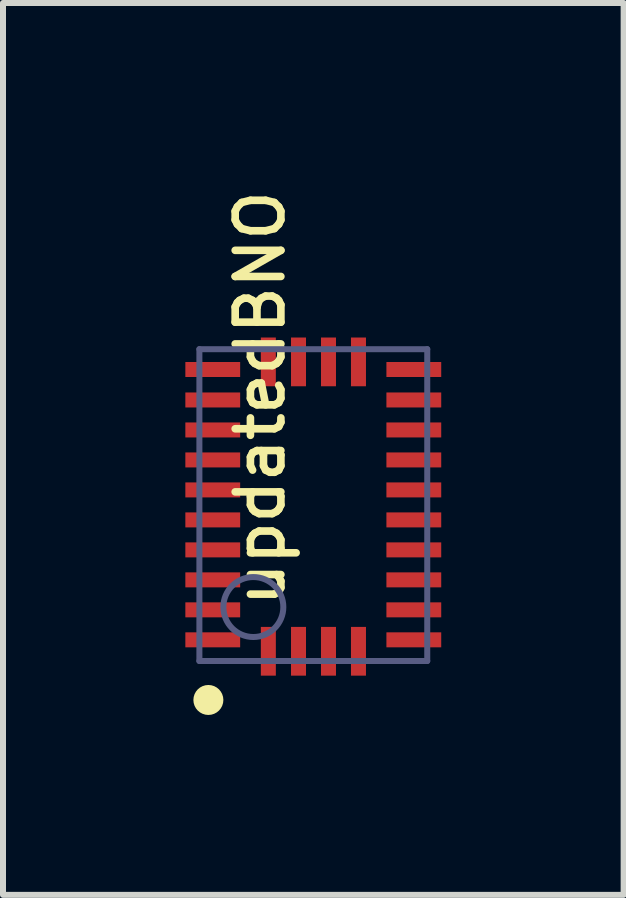
<source format=kicad_pcb>
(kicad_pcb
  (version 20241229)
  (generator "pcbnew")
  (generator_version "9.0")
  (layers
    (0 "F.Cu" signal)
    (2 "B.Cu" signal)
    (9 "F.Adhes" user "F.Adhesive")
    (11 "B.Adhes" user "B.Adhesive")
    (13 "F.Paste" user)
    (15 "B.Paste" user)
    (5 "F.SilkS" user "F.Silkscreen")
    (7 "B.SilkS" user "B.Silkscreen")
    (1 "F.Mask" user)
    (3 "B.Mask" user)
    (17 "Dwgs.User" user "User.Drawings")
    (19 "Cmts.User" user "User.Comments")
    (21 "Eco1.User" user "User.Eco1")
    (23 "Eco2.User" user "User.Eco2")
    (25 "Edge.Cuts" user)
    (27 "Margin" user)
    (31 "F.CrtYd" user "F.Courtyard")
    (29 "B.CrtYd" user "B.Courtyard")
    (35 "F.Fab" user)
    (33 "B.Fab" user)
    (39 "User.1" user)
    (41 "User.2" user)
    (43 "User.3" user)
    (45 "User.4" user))
  (footprint "updatedBNO"
    (layer "F.Cu")
    (at 0.701 6.77)
    (property "Reference" "updatedBNO" (at 1.033 0.353 90) (unlocked yes) (layer "F.SilkS") (effects (font (size 0.762 0.762) (thickness 0.127)) (justify left bottom)))
    (fp_circle (center -0.276 1.853) (end -0.276 1.728) (stroke (width 0.25) (type solid)) (fill no) (layer "F.SilkS"))
    (fp_line (start -0.676 -4.247) (end 3.624 -4.247) (stroke (width 0.05) (type solid)) (layer "Eco1.User"))
    (fp_line (start -0.676 1.453) (end -0.676 -4.247) (stroke (width 0.05) (type solid)) (layer "Eco1.User"))
    (fp_line (start -0.676 1.453) (end 3.624 1.453) (stroke (width 0.05) (type solid)) (layer "Eco1.User"))
    (fp_line (start 0.974 -1.397) (end 1.974 -1.397) (stroke (width 0.1) (type solid)) (layer "Eco1.User"))
    (fp_line (start 1.474 -0.897) (end 1.474 -1.897) (stroke (width 0.1) (type solid)) (layer "Eco1.User"))
    (fp_line (start 3.624 1.453) (end 3.624 -4.247) (stroke (width 0.05) (type solid)) (layer "Eco1.User"))
    (fp_line (start -0.426 -3.997) (end 3.374 -3.997) (stroke (width 0.1) (type solid)) (layer "B.Fab"))
    (fp_line (start -0.426 1.203) (end -0.426 -3.997) (stroke (width 0.1) (type solid)) (layer "B.Fab"))
    (fp_line (start -0.426 1.203) (end 3.374 1.203) (stroke (width 0.1) (type solid)) (layer "B.Fab"))
    (fp_line (start 3.374 1.203) (end 3.374 -3.997) (stroke (width 0.1) (type solid)) (layer "B.Fab"))
    (fp_circle (center 0.474 0.303) (end 0.474 -0.197) (stroke (width 0.1) (type solid)) (fill no) (layer "B.Fab"))
    (pad "1" smd rect (at -0.203 0.85 90) (size 0.25 0.914) (layers "F.Cu" "F.Mask" "F.Paste"))
    (pad "2" smd rect (at 0.724 1.041 180) (size 0.25 0.813) (layers "F.Cu" "F.Mask" "F.Paste"))
    (pad "3" smd rect (at 1.227 1.041 180) (size 0.25 0.813) (layers "F.Cu" "F.Mask" "F.Paste"))
    (pad "4" smd rect (at 1.727 1.041 180) (size 0.25 0.813) (layers "F.Cu" "F.Mask" "F.Paste"))
    (pad "5" smd rect (at 2.227 1.041 180) (size 0.25 0.813) (layers "F.Cu" "F.Mask" "F.Paste"))
    (pad "6" smd rect (at 3.15 0.85 270) (size 0.25 0.914) (layers "F.Cu" "F.Mask" "F.Paste"))
    (pad "7" smd rect (at 3.15 0.35 270) (size 0.25 0.914) (layers "F.Cu" "F.Mask" "F.Paste"))
    (pad "8" smd rect (at 3.15 -0.15 270) (size 0.25 0.914) (layers "F.Cu" "F.Mask" "F.Paste"))
    (pad "9" smd rect (at 3.15 -0.65 270) (size 0.25 0.914) (layers "F.Cu" "F.Mask" "F.Paste"))
    (pad "10" smd rect (at 3.15 -1.15 270) (size 0.25 0.914) (layers "F.Cu" "F.Mask" "F.Paste"))
    (pad "11" smd rect (at 3.15 -1.65 270) (size 0.25 0.914) (layers "F.Cu" "F.Mask" "F.Paste"))
    (pad "12" smd rect (at 3.15 -2.15 270) (size 0.25 0.914) (layers "F.Cu" "F.Mask" "F.Paste"))
    (pad "13" smd rect (at 3.15 -2.65 270) (size 0.25 0.914) (layers "F.Cu" "F.Mask" "F.Paste"))
    (pad "14" smd rect (at 3.15 -3.15 270) (size 0.25 0.914) (layers "F.Cu" "F.Mask" "F.Paste"))
    (pad "15" smd rect (at 3.15 -3.658 270) (size 0.25 0.914) (layers "F.Cu" "F.Mask" "F.Paste"))
    (pad "16" smd rect (at 2.227 -3.785) (size 0.25 0.813) (layers "F.Cu" "F.Mask" "F.Paste"))
    (pad "17" smd rect (at 1.727 -3.785) (size 0.25 0.813) (layers "F.Cu" "F.Mask" "F.Paste"))
    (pad "18" smd rect (at 1.227 -3.785) (size 0.25 0.813) (layers "F.Cu" "F.Mask" "F.Paste"))
    (pad "19" smd rect (at 0.724 -3.785) (size 0.25 0.813) (layers "F.Cu" "F.Mask" "F.Paste"))
    (pad "20" smd rect (at -0.203 -3.658 90) (size 0.25 0.914) (layers "F.Cu" "F.Mask" "F.Paste"))
    (pad "21" smd rect (at -0.203 -3.15 90) (size 0.25 0.914) (layers "F.Cu" "F.Mask" "F.Paste"))
    (pad "22" smd rect (at -0.203 -2.65 90) (size 0.25 0.914) (layers "F.Cu" "F.Mask" "F.Paste"))
    (pad "23" smd rect (at -0.203 -2.15 90) (size 0.25 0.914) (layers "F.Cu" "F.Mask" "F.Paste"))
    (pad "24" smd rect (at -0.203 -1.65 90) (size 0.25 0.914) (layers "F.Cu" "F.Mask" "F.Paste"))
    (pad "25" smd rect (at -0.203 -1.15 90) (size 0.25 0.914) (layers "F.Cu" "F.Mask" "F.Paste"))
    (pad "26" smd rect (at -0.203 -0.65 90) (size 0.25 0.914) (layers "F.Cu" "F.Mask" "F.Paste"))
    (pad "27" smd rect (at -0.203 -0.15 90) (size 0.25 0.914) (layers "F.Cu" "F.Mask" "F.Paste"))
    (pad "28" smd rect (at -0.203 0.35 90) (size 0.25 0.914) (layers "F.Cu" "F.Mask" "F.Paste")))
  (gr_rect
    (start -3 -3)
    (end 7.35 11.873)
    (stroke (width 0.1) (type default))
    (fill no)
    (layer "Edge.Cuts")))
</source>
